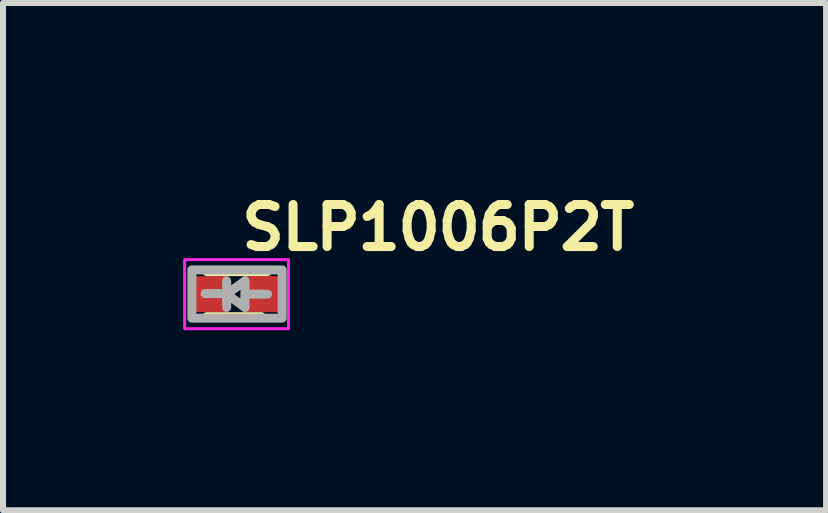
<source format=kicad_pcb>
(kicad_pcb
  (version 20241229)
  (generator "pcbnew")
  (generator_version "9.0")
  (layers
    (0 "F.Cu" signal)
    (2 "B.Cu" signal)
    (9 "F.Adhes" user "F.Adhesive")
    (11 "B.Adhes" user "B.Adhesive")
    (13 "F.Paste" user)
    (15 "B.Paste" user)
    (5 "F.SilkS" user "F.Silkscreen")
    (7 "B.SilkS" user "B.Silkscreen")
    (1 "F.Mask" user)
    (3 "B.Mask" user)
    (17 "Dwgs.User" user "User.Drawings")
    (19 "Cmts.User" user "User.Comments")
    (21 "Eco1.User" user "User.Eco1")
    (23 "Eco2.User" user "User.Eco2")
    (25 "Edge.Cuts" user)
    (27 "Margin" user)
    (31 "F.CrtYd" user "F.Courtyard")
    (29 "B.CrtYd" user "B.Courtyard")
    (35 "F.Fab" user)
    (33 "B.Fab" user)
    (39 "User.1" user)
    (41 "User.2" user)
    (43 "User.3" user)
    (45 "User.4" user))
  (footprint "SLP1006P2T"
    (layer "F.Cu")
    (at 0.9 1.85)
    (property "Reference" "SLP1006P2T" (at 0 -0.7 0) (unlocked yes) (layer "F.SilkS") (effects (font (size 0.7 0.7) (thickness 0.15)) (justify left bottom)))
    (attr smd)
    (fp_line (start -0.5 -0.375) (end 0.5 -0.375) (stroke (width 0.15) (type solid)) (layer "F.SilkS"))
    (fp_line (start -0.5 0.375) (end 0.4 0.375) (stroke (width 0.15) (type solid)) (layer "F.SilkS"))
    (fp_rect (start -0.875 -0.575) (end 0.855 0.575) (stroke (width 0.05) (type solid)) (fill no) (layer "F.CrtYd"))
    (fp_line (start -0.184 -0.01) (end -0.534 -0.01) (stroke (width 0.15) (type solid)) (layer "F.Fab"))
    (fp_line (start -0.174 0) (end 0.13 0.22) (stroke (width 0.15) (type solid)) (layer "F.Fab"))
    (fp_line (start -0.174 0.22) (end -0.174 -0.22) (stroke (width 0.15) (type solid)) (layer "F.Fab"))
    (fp_line (start 0.13 -0.22) (end -0.174 0) (stroke (width 0.15) (type solid)) (layer "F.Fab"))
    (fp_line (start 0.13 0.22) (end 0.13 -0.22) (stroke (width 0.15) (type solid)) (layer "F.Fab"))
    (fp_line (start 0.506 0) (end 0.156 0) (stroke (width 0.15) (type solid)) (layer "F.Fab"))
    (fp_rect (start -0.754 -0.404) (end 0.75 0.4) (stroke (width 0.15) (type solid)) (fill no) (layer "F.Fab"))
    (fp_rect (start -0.5 -0.3) (end 0.496 0.296) (stroke (width 0.1) (type solid)) (fill no) (layer "User.5"))
    (fp_line (start -0.5 -0.3) (end -0.5 0.3) (stroke (width 0.02) (type solid)) (layer "User.9"))
    (fp_line (start -0.5 0.3) (end 0.5 0.3) (stroke (width 0.02) (type solid)) (layer "User.9"))
    (fp_line (start 0.5 -0.3) (end -0.5 -0.3) (stroke (width 0.02) (type solid)) (layer "User.9"))
    (fp_line (start 0.5 0.3) (end 0.5 -0.3) (stroke (width 0.02) (type solid)) (layer "User.9"))
    (pad "1" smd rect (at -0.425 0) (size 0.55 0.6) (layers "F.Cu" "F.Mask" "F.Paste"))
    (pad "2" smd rect (at 0.421 0) (size 0.55 0.6) (layers "F.Cu" "F.Mask" "F.Paste")))
  (gr_rect
    (start -3 -3)
    (end 10.71 5.45)
    (stroke (width 0.1) (type default))
    (fill no)
    (layer "Edge.Cuts")))
</source>
